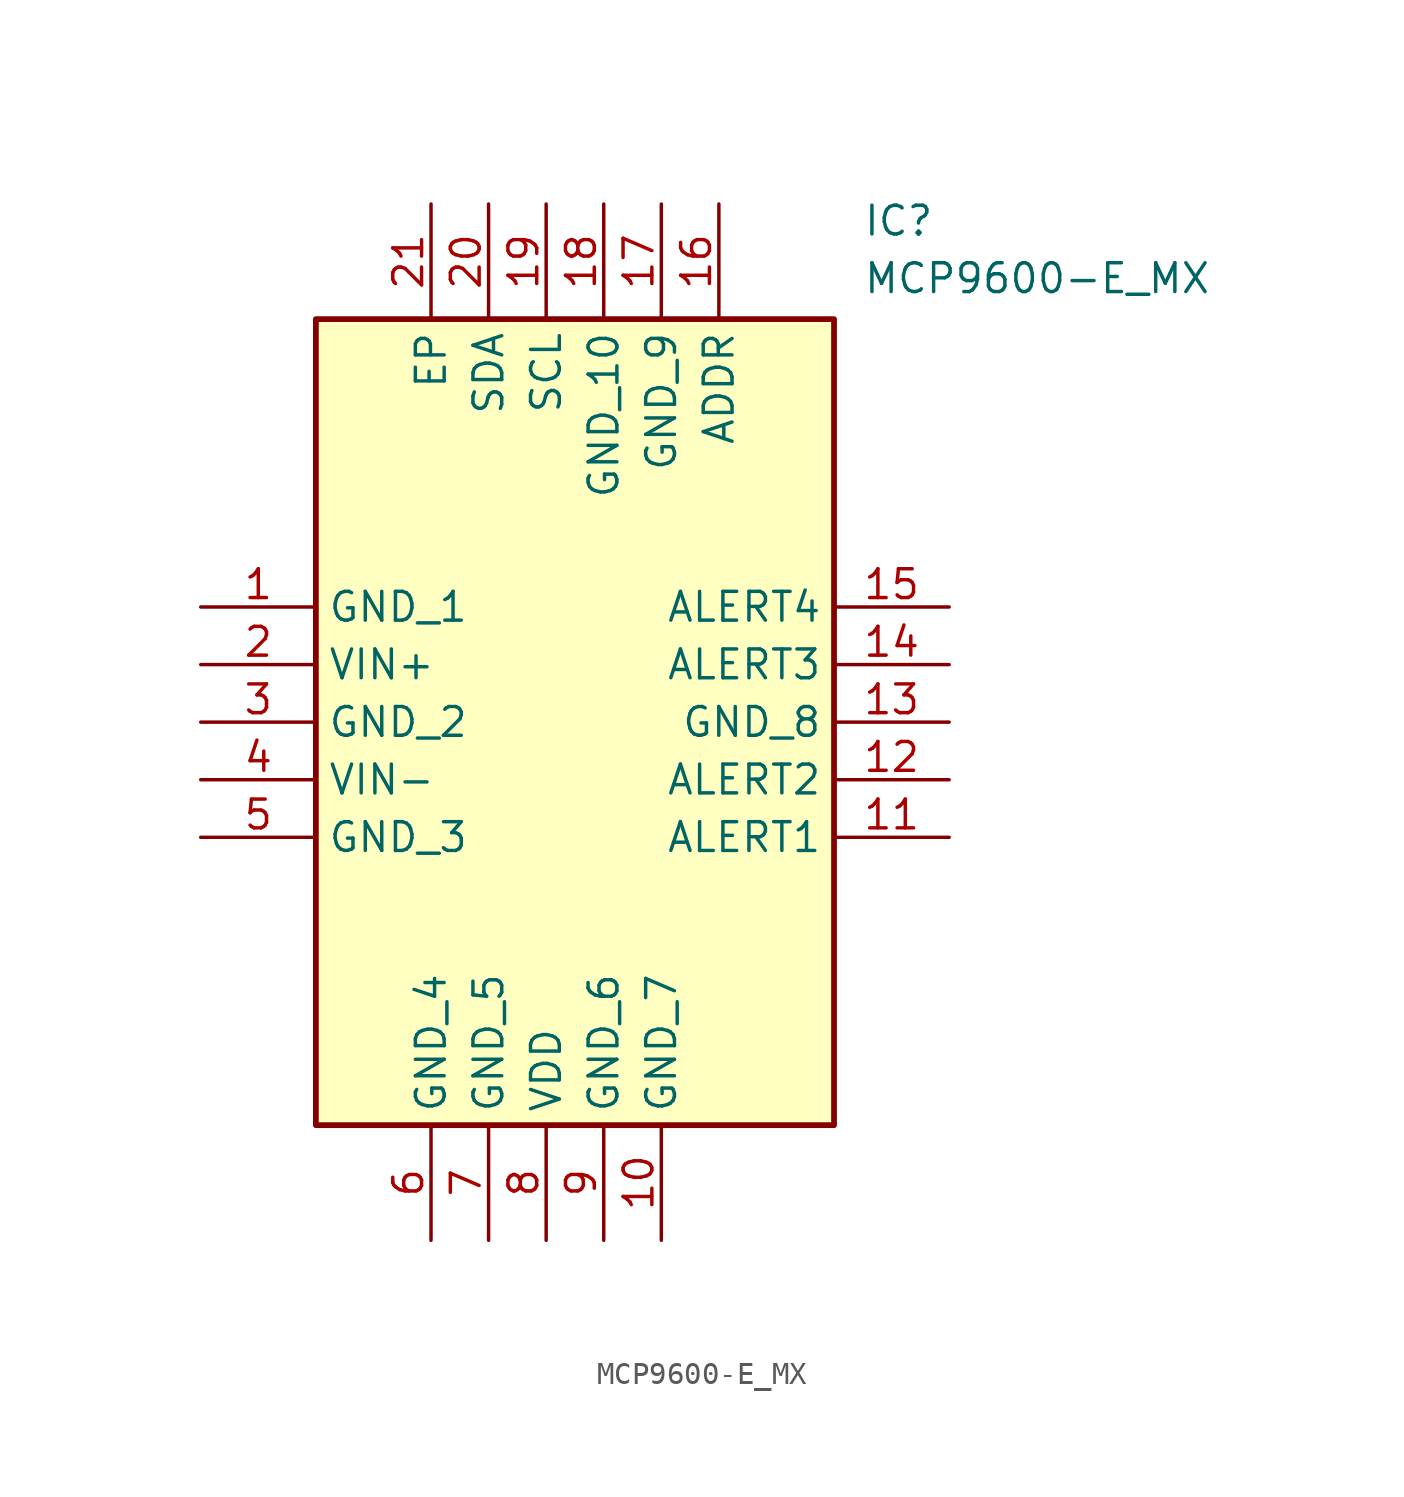
<source format=kicad_sym>
(kicad_symbol_lib
  (version 20211014)
  (generator SamacSys_ECAD_Model)
  (symbol "MCP9600-E_MX"
    (property "Reference" "IC"
      (at 29.21 17.78 0)
      (effects (font (size 1.27 1.27)) (justify left top)))
    (property "Value" "MCP9600-E_MX"
      (at 29.21 15.24 0)
      (effects (font (size 1.27 1.27)) (justify left top)))
    (rectangle
      (start 5.08 12.7)
      (end 27.94 -22.86)
      (stroke (width 0.254) (type default))
      (fill (type background)))
    (pin passive line
      (at 0 0 0)
      (length 5.08)
      (name "GND_1" (effects (font (size 1.27 1.27))))
      (number "1" (effects (font (size 1.27 1.27)))))
    (pin passive line
      (at 0 -2.54 0)
      (length 5.08)
      (name "VIN+" (effects (font (size 1.27 1.27))))
      (number "2" (effects (font (size 1.27 1.27)))))
    (pin passive line
      (at 0 -5.08 0)
      (length 5.08)
      (name "GND_2" (effects (font (size 1.27 1.27))))
      (number "3" (effects (font (size 1.27 1.27)))))
    (pin passive line
      (at 0 -7.62 0)
      (length 5.08)
      (name "VIN-" (effects (font (size 1.27 1.27))))
      (number "4" (effects (font (size 1.27 1.27)))))
    (pin passive line
      (at 0 -10.16 0)
      (length 5.08)
      (name "GND_3" (effects (font (size 1.27 1.27))))
      (number "5" (effects (font (size 1.27 1.27)))))
    (pin passive line
      (at 10.16 -27.94 90)
      (length 5.08)
      (name "GND_4" (effects (font (size 1.27 1.27))))
      (number "6" (effects (font (size 1.27 1.27)))))
    (pin passive line
      (at 12.7 -27.94 90)
      (length 5.08)
      (name "GND_5" (effects (font (size 1.27 1.27))))
      (number "7" (effects (font (size 1.27 1.27)))))
    (pin passive line
      (at 15.24 -27.94 90)
      (length 5.08)
      (name "VDD" (effects (font (size 1.27 1.27))))
      (number "8" (effects (font (size 1.27 1.27)))))
    (pin passive line
      (at 17.78 -27.94 90)
      (length 5.08)
      (name "GND_6" (effects (font (size 1.27 1.27))))
      (number "9" (effects (font (size 1.27 1.27)))))
    (pin passive line
      (at 20.32 -27.94 90)
      (length 5.08)
      (name "GND_7" (effects (font (size 1.27 1.27))))
      (number "10" (effects (font (size 1.27 1.27)))))
    (pin passive line
      (at 33.02 0 180)
      (length 5.08)
      (name "ALERT4" (effects (font (size 1.27 1.27))))
      (number "15" (effects (font (size 1.27 1.27)))))
    (pin passive line
      (at 33.02 -2.54 180)
      (length 5.08)
      (name "ALERT3" (effects (font (size 1.27 1.27))))
      (number "14" (effects (font (size 1.27 1.27)))))
    (pin passive line
      (at 33.02 -5.08 180)
      (length 5.08)
      (name "GND_8" (effects (font (size 1.27 1.27))))
      (number "13" (effects (font (size 1.27 1.27)))))
    (pin passive line
      (at 33.02 -7.62 180)
      (length 5.08)
      (name "ALERT2" (effects (font (size 1.27 1.27))))
      (number "12" (effects (font (size 1.27 1.27)))))
    (pin passive line
      (at 33.02 -10.16 180)
      (length 5.08)
      (name "ALERT1" (effects (font (size 1.27 1.27))))
      (number "11" (effects (font (size 1.27 1.27)))))
    (pin passive line
      (at 10.16 17.78 270)
      (length 5.08)
      (name "EP" (effects (font (size 1.27 1.27))))
      (number "21" (effects (font (size 1.27 1.27)))))
    (pin passive line
      (at 12.7 17.78 270)
      (length 5.08)
      (name "SDA" (effects (font (size 1.27 1.27))))
      (number "20" (effects (font (size 1.27 1.27)))))
    (pin passive line
      (at 15.24 17.78 270)
      (length 5.08)
      (name "SCL" (effects (font (size 1.27 1.27))))
      (number "19" (effects (font (size 1.27 1.27)))))
    (pin passive line
      (at 17.78 17.78 270)
      (length 5.08)
      (name "GND_10" (effects (font (size 1.27 1.27))))
      (number "18" (effects (font (size 1.27 1.27)))))
    (pin passive line
      (at 20.32 17.78 270)
      (length 5.08)
      (name "GND_9" (effects (font (size 1.27 1.27))))
      (number "17" (effects (font (size 1.27 1.27)))))
    (pin passive line
      (at 22.86 17.78 270)
      (length 5.08)
      (name "ADDR" (effects (font (size 1.27 1.27))))
      (number "16" (effects (font (size 1.27 1.27)))))))
</source>
